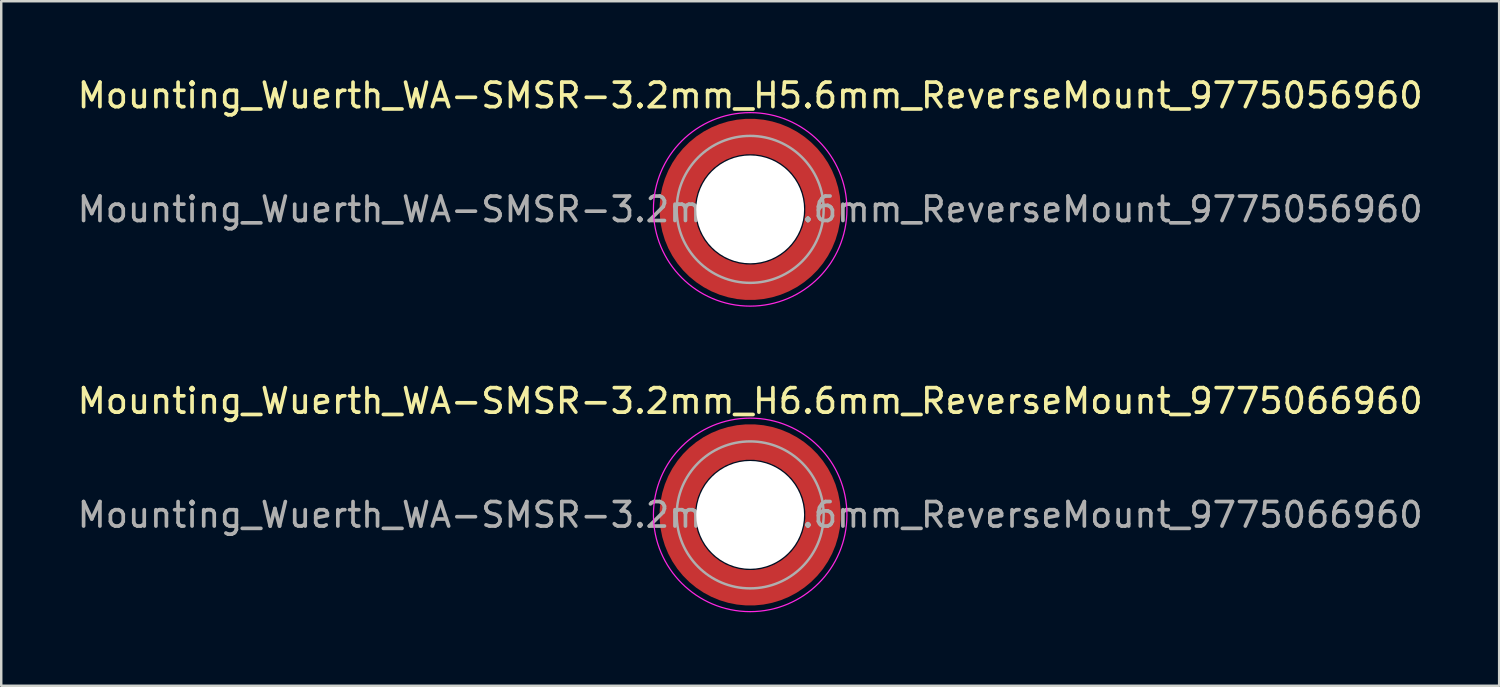
<source format=kicad_pcb>
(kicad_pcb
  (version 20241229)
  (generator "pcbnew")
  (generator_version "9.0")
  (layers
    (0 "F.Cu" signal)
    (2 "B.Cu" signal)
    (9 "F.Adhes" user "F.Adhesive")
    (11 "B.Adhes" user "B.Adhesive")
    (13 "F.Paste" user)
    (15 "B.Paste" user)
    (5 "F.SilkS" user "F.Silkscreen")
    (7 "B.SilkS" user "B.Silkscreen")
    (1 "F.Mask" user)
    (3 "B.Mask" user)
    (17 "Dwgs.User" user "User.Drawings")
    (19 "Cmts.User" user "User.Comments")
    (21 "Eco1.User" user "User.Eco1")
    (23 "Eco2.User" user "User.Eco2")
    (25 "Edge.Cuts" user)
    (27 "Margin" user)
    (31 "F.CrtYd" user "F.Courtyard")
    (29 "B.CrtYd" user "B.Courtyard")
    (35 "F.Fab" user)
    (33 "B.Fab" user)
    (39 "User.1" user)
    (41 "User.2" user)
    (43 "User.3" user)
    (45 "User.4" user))
  (footprint "Mounting_Wuerth_WA-SMSR-3.2mm_H5.6mm_ReverseMount_9775056960"
    (layer "F.Cu")
    (at 27.577 5.498)
    (property "Reference" "Mounting_Wuerth_WA-SMSR-3.2mm_H5.6mm_ReverseMount_9775056960" (at 0 -4.65 0) (layer "F.SilkS") (effects (font (size 1 1) (thickness 0.15))))
    (attr smd)
    (fp_circle (center 0 0) (end 3.95 0) (stroke (width 0.05) (type solid)) (fill no) (layer "F.CrtYd"))
    (fp_circle (center 0 0) (end 3 0) (stroke (width 0.1) (type solid)) (fill no) (layer "F.Fab"))
    (fp_text user "${REFERENCE}" (at 0 0 0) (layer "F.Fab") (effects (font (size 1 1) (thickness 0.15))))
    (pad "" smd custom (at -2.095 -2.095) (size 0.945 0.945) (layers "F.Paste") (options (anchor circle)) (primitives (gr_arc (start -0.24231 1.594804) (mid 0.404104 0.405534) (end 1.592827 -0.241886) (width 0.2)) (gr_arc (start -0.3398 1.594804) (mid 0.335987 0.338711) (end 1.591031 -0.339022) (width 0.2)) (gr_arc (start -0.437132 1.594804) (mid 0.268952 0.270807) (end 1.592231 -0.436623) (width 0.2)) (gr_arc (start -0.534324 1.594804) (mid 0.201345 0.203474) (end 1.591846 -0.53376) (width 0.2)) (gr_arc (start -0.631391 1.594804) (mid 0.134696 0.135183) (end 1.594126 -0.631267) (width 0.2)) (gr_arc (start -0.728345 1.594804) (mid 0.067234 0.067705) (end 1.594149 -0.728229) (width 0.2)) (gr_arc (start -0.825197 1.594804) (mid -0.001218 0.001219) (end 1.591408 -0.824614) (width 0.2)) (gr_arc (start -0.921958 1.594804) (mid -0.068952 -0.065985) (end 1.590665 -0.921269) (width 0.2)) (gr_arc (start -1.018637 1.594804) (mid -0.135972 -0.133907) (end 1.59192 -1.018172) (width 0.2)) (gr_arc (start -1.115239 1.594804) (mid -0.20428 -0.200537) (end 1.589574 -1.11442) (width 0.2)) (gr_arc (start -1.211773 1.594804) (mid -0.26993 -0.269828) (end 1.594662 -1.211751) (width 0.2)) (gr_arc (start -1.308244 1.594804) (mid -0.33911 -0.335587) (end 1.589875 -1.307516) (width 0.2)) (gr_arc (start -1.404657 1.594804) (mid -0.405633 -0.404004) (end 1.592524 -1.404331) (width 0.2)) (gr_arc (start -1.404657 1.594804) (mid -0.405633 -0.404004) (end 1.592524 -1.404331) (width 0.2)) (gr_line (start 1.595 -0.242) (end 1.595 -1.405) (width 0.2)) (gr_line (start -0.242 1.595) (end -1.405 1.595) (width 0.2))))
    (pad "" smd custom (at -2.095 2.095) (size 0.945 0.945) (layers "F.Paste") (options (anchor circle)) (primitives (gr_arc (start 1.594804 0.24231) (mid 0.405534 -0.404104) (end -0.241886 -1.592827) (width 0.2)) (gr_arc (start 1.594804 0.3398) (mid 0.338711 -0.335987) (end -0.339022 -1.591031) (width 0.2)) (gr_arc (start 1.594804 0.437132) (mid 0.270807 -0.268952) (end -0.436623 -1.592231) (width 0.2)) (gr_arc (start 1.594804 0.534324) (mid 0.203474 -0.201345) (end -0.53376 -1.591846) (width 0.2)) (gr_arc (start 1.594804 0.631391) (mid 0.135183 -0.134696) (end -0.631267 -1.594126) (width 0.2)) (gr_arc (start 1.594804 0.728345) (mid 0.067705 -0.067234) (end -0.728229 -1.594149) (width 0.2)) (gr_arc (start 1.594804 0.825197) (mid 0.001219 0.001218) (end -0.824614 -1.591408) (width 0.2)) (gr_arc (start 1.594804 0.921958) (mid -0.065985 0.068952) (end -0.921269 -1.590665) (width 0.2)) (gr_arc (start 1.594804 1.018637) (mid -0.133907 0.135972) (end -1.018172 -1.59192) (width 0.2)) (gr_arc (start 1.594804 1.115239) (mid -0.200537 0.20428) (end -1.11442 -1.589574) (width 0.2)) (gr_arc (start 1.594804 1.211773) (mid -0.269828 0.26993) (end -1.211751 -1.594662) (width 0.2)) (gr_arc (start 1.594804 1.308244) (mid -0.335587 0.33911) (end -1.307516 -1.589875) (width 0.2)) (gr_arc (start 1.594804 1.404657) (mid -0.404004 0.405633) (end -1.404331 -1.592524) (width 0.2)) (gr_arc (start 1.594804 1.404657) (mid -0.404004 0.405633) (end -1.404331 -1.592524) (width 0.2)) (gr_line (start -0.242 -1.595) (end -1.405 -1.595) (width 0.2)) (gr_line (start 1.595 0.242) (end 1.595 1.405) (width 0.2))))
    (pad "" np_thru_hole circle (at 0 0) (size 4.4 4.4) (drill 4.4) (layers "*.Cu" "*.Mask"))
    (pad "" smd custom (at 2.095 -2.095) (size 0.945 0.945) (layers "F.Paste") (options (anchor circle)) (primitives (gr_arc (start -1.594804 -0.24231) (mid -0.405534 0.404104) (end 0.241886 1.592827) (width 0.2)) (gr_arc (start -1.594804 -0.3398) (mid -0.338711 0.335987) (end 0.339022 1.591031) (width 0.2)) (gr_arc (start -1.594804 -0.437132) (mid -0.270807 0.268952) (end 0.436623 1.592231) (width 0.2)) (gr_arc (start -1.594804 -0.534324) (mid -0.203474 0.201345) (end 0.53376 1.591846) (width 0.2)) (gr_arc (start -1.594804 -0.631391) (mid -0.135183 0.134696) (end 0.631267 1.594126) (width 0.2)) (gr_arc (start -1.594804 -0.728345) (mid -0.067705 0.067234) (end 0.728229 1.594149) (width 0.2)) (gr_arc (start -1.594804 -0.825197) (mid -0.001219 -0.001218) (end 0.824614 1.591408) (width 0.2)) (gr_arc (start -1.594804 -0.921958) (mid 0.065985 -0.068952) (end 0.921269 1.590665) (width 0.2)) (gr_arc (start -1.594804 -1.018637) (mid 0.133907 -0.135972) (end 1.018172 1.59192) (width 0.2)) (gr_arc (start -1.594804 -1.115239) (mid 0.200537 -0.20428) (end 1.11442 1.589574) (width 0.2)) (gr_arc (start -1.594804 -1.211773) (mid 0.269828 -0.26993) (end 1.211751 1.594662) (width 0.2)) (gr_arc (start -1.594804 -1.308244) (mid 0.335587 -0.33911) (end 1.307516 1.589875) (width 0.2)) (gr_arc (start -1.594804 -1.404657) (mid 0.404004 -0.405633) (end 1.404331 1.592524) (width 0.2)) (gr_arc (start -1.594804 -1.404657) (mid 0.404004 -0.405633) (end 1.404331 1.592524) (width 0.2)) (gr_line (start 0.242 1.595) (end 1.405 1.595) (width 0.2)) (gr_line (start -1.595 -0.242) (end -1.595 -1.405) (width 0.2))))
    (pad "" smd custom (at 2.095 2.095) (size 0.945 0.945) (layers "F.Paste") (options (anchor circle)) (primitives (gr_arc (start 0.24231 -1.594804) (mid -0.404104 -0.405534) (end -1.592827 0.241886) (width 0.2)) (gr_arc (start 0.3398 -1.594804) (mid -0.335987 -0.338711) (end -1.591031 0.339022) (width 0.2)) (gr_arc (start 0.437132 -1.594804) (mid -0.268952 -0.270807) (end -1.592231 0.436623) (width 0.2)) (gr_arc (start 0.534324 -1.594804) (mid -0.201345 -0.203474) (end -1.591846 0.53376) (width 0.2)) (gr_arc (start 0.631391 -1.594804) (mid -0.134696 -0.135183) (end -1.594126 0.631267) (width 0.2)) (gr_arc (start 0.728345 -1.594804) (mid -0.067234 -0.067705) (end -1.594149 0.728229) (width 0.2)) (gr_arc (start 0.825197 -1.594804) (mid 0.001218 -0.001219) (end -1.591408 0.824614) (width 0.2)) (gr_arc (start 0.921958 -1.594804) (mid 0.068952 0.065985) (end -1.590665 0.921269) (width 0.2)) (gr_arc (start 1.018637 -1.594804) (mid 0.135972 0.133907) (end -1.59192 1.018172) (width 0.2)) (gr_arc (start 1.115239 -1.594804) (mid 0.20428 0.200537) (end -1.589574 1.11442) (width 0.2)) (gr_arc (start 1.211773 -1.594804) (mid 0.26993 0.269828) (end -1.594662 1.211751) (width 0.2)) (gr_arc (start 1.308244 -1.594804) (mid 0.33911 0.335587) (end -1.589875 1.307516) (width 0.2)) (gr_arc (start 1.404657 -1.594804) (mid 0.405633 0.404004) (end -1.592524 1.404331) (width 0.2)) (gr_arc (start 1.404657 -1.594804) (mid 0.405633 0.404004) (end -1.592524 1.404331) (width 0.2)) (gr_line (start -1.595 0.242) (end -1.595 1.405) (width 0.2)) (gr_line (start 0.242 -1.595) (end 1.405 -1.595) (width 0.2))))
    (pad "1" smd circle (at -2.975 0) (size 1.05 1.05) (layers "F.Cu"))
    (pad "1" smd circle (at 0 -2.975) (size 1.05 1.05) (layers "F.Cu"))
    (pad "1" smd circle (at 0 2.975) (size 1.05 1.05) (layers "F.Cu"))
    (pad "1" smd custom (at 2.975 0) (size 1.05 1.05) (layers "F.Cu" "F.Mask") (options (anchor circle)) (primitives (gr_circle (center -2.975 0) (end 0 0) (width 1.45) (fill no)))))
  (footprint "Mounting_Wuerth_WA-SMSR-3.2mm_H6.6mm_ReverseMount_9775066960"
    (layer "F.Cu")
    (at 27.577 17.971)
    (property "Reference" "Mounting_Wuerth_WA-SMSR-3.2mm_H6.6mm_ReverseMount_9775066960" (at 0 -4.65 0) (layer "F.SilkS") (effects (font (size 1 1) (thickness 0.15))))
    (attr smd)
    (fp_circle (center 0 0) (end 3.95 0) (stroke (width 0.05) (type solid)) (fill no) (layer "F.CrtYd"))
    (fp_circle (center 0 0) (end 3 0) (stroke (width 0.1) (type solid)) (fill no) (layer "F.Fab"))
    (fp_text user "${REFERENCE}" (at 0 0 0) (layer "F.Fab") (effects (font (size 1 1) (thickness 0.15))))
    (pad "" smd custom (at -2.095 -2.095) (size 0.945 0.945) (layers "F.Paste") (options (anchor circle)) (primitives (gr_arc (start -0.24231 1.594804) (mid 0.404104 0.405534) (end 1.592827 -0.241886) (width 0.2)) (gr_arc (start -0.3398 1.594804) (mid 0.335987 0.338711) (end 1.591031 -0.339022) (width 0.2)) (gr_arc (start -0.437132 1.594804) (mid 0.268952 0.270807) (end 1.592231 -0.436623) (width 0.2)) (gr_arc (start -0.534324 1.594804) (mid 0.201345 0.203474) (end 1.591846 -0.53376) (width 0.2)) (gr_arc (start -0.631391 1.594804) (mid 0.134696 0.135183) (end 1.594126 -0.631267) (width 0.2)) (gr_arc (start -0.728345 1.594804) (mid 0.067234 0.067705) (end 1.594149 -0.728229) (width 0.2)) (gr_arc (start -0.825197 1.594804) (mid -0.001218 0.001219) (end 1.591408 -0.824614) (width 0.2)) (gr_arc (start -0.921958 1.594804) (mid -0.068952 -0.065985) (end 1.590665 -0.921269) (width 0.2)) (gr_arc (start -1.018637 1.594804) (mid -0.135972 -0.133907) (end 1.59192 -1.018172) (width 0.2)) (gr_arc (start -1.115239 1.594804) (mid -0.20428 -0.200537) (end 1.589574 -1.11442) (width 0.2)) (gr_arc (start -1.211773 1.594804) (mid -0.26993 -0.269828) (end 1.594662 -1.211751) (width 0.2)) (gr_arc (start -1.308244 1.594804) (mid -0.33911 -0.335587) (end 1.589875 -1.307516) (width 0.2)) (gr_arc (start -1.404657 1.594804) (mid -0.405633 -0.404004) (end 1.592524 -1.404331) (width 0.2)) (gr_arc (start -1.404657 1.594804) (mid -0.405633 -0.404004) (end 1.592524 -1.404331) (width 0.2)) (gr_line (start 1.595 -0.242) (end 1.595 -1.405) (width 0.2)) (gr_line (start -0.242 1.595) (end -1.405 1.595) (width 0.2))))
    (pad "" smd custom (at -2.095 2.095) (size 0.945 0.945) (layers "F.Paste") (options (anchor circle)) (primitives (gr_arc (start 1.594804 0.24231) (mid 0.405534 -0.404104) (end -0.241886 -1.592827) (width 0.2)) (gr_arc (start 1.594804 0.3398) (mid 0.338711 -0.335987) (end -0.339022 -1.591031) (width 0.2)) (gr_arc (start 1.594804 0.437132) (mid 0.270807 -0.268952) (end -0.436623 -1.592231) (width 0.2)) (gr_arc (start 1.594804 0.534324) (mid 0.203474 -0.201345) (end -0.53376 -1.591846) (width 0.2)) (gr_arc (start 1.594804 0.631391) (mid 0.135183 -0.134696) (end -0.631267 -1.594126) (width 0.2)) (gr_arc (start 1.594804 0.728345) (mid 0.067705 -0.067234) (end -0.728229 -1.594149) (width 0.2)) (gr_arc (start 1.594804 0.825197) (mid 0.001219 0.001218) (end -0.824614 -1.591408) (width 0.2)) (gr_arc (start 1.594804 0.921958) (mid -0.065985 0.068952) (end -0.921269 -1.590665) (width 0.2)) (gr_arc (start 1.594804 1.018637) (mid -0.133907 0.135972) (end -1.018172 -1.59192) (width 0.2)) (gr_arc (start 1.594804 1.115239) (mid -0.200537 0.20428) (end -1.11442 -1.589574) (width 0.2)) (gr_arc (start 1.594804 1.211773) (mid -0.269828 0.26993) (end -1.211751 -1.594662) (width 0.2)) (gr_arc (start 1.594804 1.308244) (mid -0.335587 0.33911) (end -1.307516 -1.589875) (width 0.2)) (gr_arc (start 1.594804 1.404657) (mid -0.404004 0.405633) (end -1.404331 -1.592524) (width 0.2)) (gr_arc (start 1.594804 1.404657) (mid -0.404004 0.405633) (end -1.404331 -1.592524) (width 0.2)) (gr_line (start -0.242 -1.595) (end -1.405 -1.595) (width 0.2)) (gr_line (start 1.595 0.242) (end 1.595 1.405) (width 0.2))))
    (pad "" np_thru_hole circle (at 0 0) (size 4.4 4.4) (drill 4.4) (layers "*.Cu" "*.Mask"))
    (pad "" smd custom (at 2.095 -2.095) (size 0.945 0.945) (layers "F.Paste") (options (anchor circle)) (primitives (gr_arc (start -1.594804 -0.24231) (mid -0.405534 0.404104) (end 0.241886 1.592827) (width 0.2)) (gr_arc (start -1.594804 -0.3398) (mid -0.338711 0.335987) (end 0.339022 1.591031) (width 0.2)) (gr_arc (start -1.594804 -0.437132) (mid -0.270807 0.268952) (end 0.436623 1.592231) (width 0.2)) (gr_arc (start -1.594804 -0.534324) (mid -0.203474 0.201345) (end 0.53376 1.591846) (width 0.2)) (gr_arc (start -1.594804 -0.631391) (mid -0.135183 0.134696) (end 0.631267 1.594126) (width 0.2)) (gr_arc (start -1.594804 -0.728345) (mid -0.067705 0.067234) (end 0.728229 1.594149) (width 0.2)) (gr_arc (start -1.594804 -0.825197) (mid -0.001219 -0.001218) (end 0.824614 1.591408) (width 0.2)) (gr_arc (start -1.594804 -0.921958) (mid 0.065985 -0.068952) (end 0.921269 1.590665) (width 0.2)) (gr_arc (start -1.594804 -1.018637) (mid 0.133907 -0.135972) (end 1.018172 1.59192) (width 0.2)) (gr_arc (start -1.594804 -1.115239) (mid 0.200537 -0.20428) (end 1.11442 1.589574) (width 0.2)) (gr_arc (start -1.594804 -1.211773) (mid 0.269828 -0.26993) (end 1.211751 1.594662) (width 0.2)) (gr_arc (start -1.594804 -1.308244) (mid 0.335587 -0.33911) (end 1.307516 1.589875) (width 0.2)) (gr_arc (start -1.594804 -1.404657) (mid 0.404004 -0.405633) (end 1.404331 1.592524) (width 0.2)) (gr_arc (start -1.594804 -1.404657) (mid 0.404004 -0.405633) (end 1.404331 1.592524) (width 0.2)) (gr_line (start 0.242 1.595) (end 1.405 1.595) (width 0.2)) (gr_line (start -1.595 -0.242) (end -1.595 -1.405) (width 0.2))))
    (pad "" smd custom (at 2.095 2.095) (size 0.945 0.945) (layers "F.Paste") (options (anchor circle)) (primitives (gr_arc (start 0.24231 -1.594804) (mid -0.404104 -0.405534) (end -1.592827 0.241886) (width 0.2)) (gr_arc (start 0.3398 -1.594804) (mid -0.335987 -0.338711) (end -1.591031 0.339022) (width 0.2)) (gr_arc (start 0.437132 -1.594804) (mid -0.268952 -0.270807) (end -1.592231 0.436623) (width 0.2)) (gr_arc (start 0.534324 -1.594804) (mid -0.201345 -0.203474) (end -1.591846 0.53376) (width 0.2)) (gr_arc (start 0.631391 -1.594804) (mid -0.134696 -0.135183) (end -1.594126 0.631267) (width 0.2)) (gr_arc (start 0.728345 -1.594804) (mid -0.067234 -0.067705) (end -1.594149 0.728229) (width 0.2)) (gr_arc (start 0.825197 -1.594804) (mid 0.001218 -0.001219) (end -1.591408 0.824614) (width 0.2)) (gr_arc (start 0.921958 -1.594804) (mid 0.068952 0.065985) (end -1.590665 0.921269) (width 0.2)) (gr_arc (start 1.018637 -1.594804) (mid 0.135972 0.133907) (end -1.59192 1.018172) (width 0.2)) (gr_arc (start 1.115239 -1.594804) (mid 0.20428 0.200537) (end -1.589574 1.11442) (width 0.2)) (gr_arc (start 1.211773 -1.594804) (mid 0.26993 0.269828) (end -1.594662 1.211751) (width 0.2)) (gr_arc (start 1.308244 -1.594804) (mid 0.33911 0.335587) (end -1.589875 1.307516) (width 0.2)) (gr_arc (start 1.404657 -1.594804) (mid 0.405633 0.404004) (end -1.592524 1.404331) (width 0.2)) (gr_arc (start 1.404657 -1.594804) (mid 0.405633 0.404004) (end -1.592524 1.404331) (width 0.2)) (gr_line (start -1.595 0.242) (end -1.595 1.405) (width 0.2)) (gr_line (start 0.242 -1.595) (end 1.405 -1.595) (width 0.2))))
    (pad "1" smd circle (at -2.975 0) (size 1.05 1.05) (layers "F.Cu"))
    (pad "1" smd circle (at 0 -2.975) (size 1.05 1.05) (layers "F.Cu"))
    (pad "1" smd circle (at 0 2.975) (size 1.05 1.05) (layers "F.Cu"))
    (pad "1" smd custom (at 2.975 0) (size 1.05 1.05) (layers "F.Cu" "F.Mask") (options (anchor circle)) (primitives (gr_circle (center -2.975 0) (end 0 0) (width 1.45) (fill no)))))
  (gr_rect
    (start -3 -3)
    (end 58.155 24.947)
    (stroke (width 0.1) (type default))
    (fill no)
    (layer "Edge.Cuts")))
</source>
